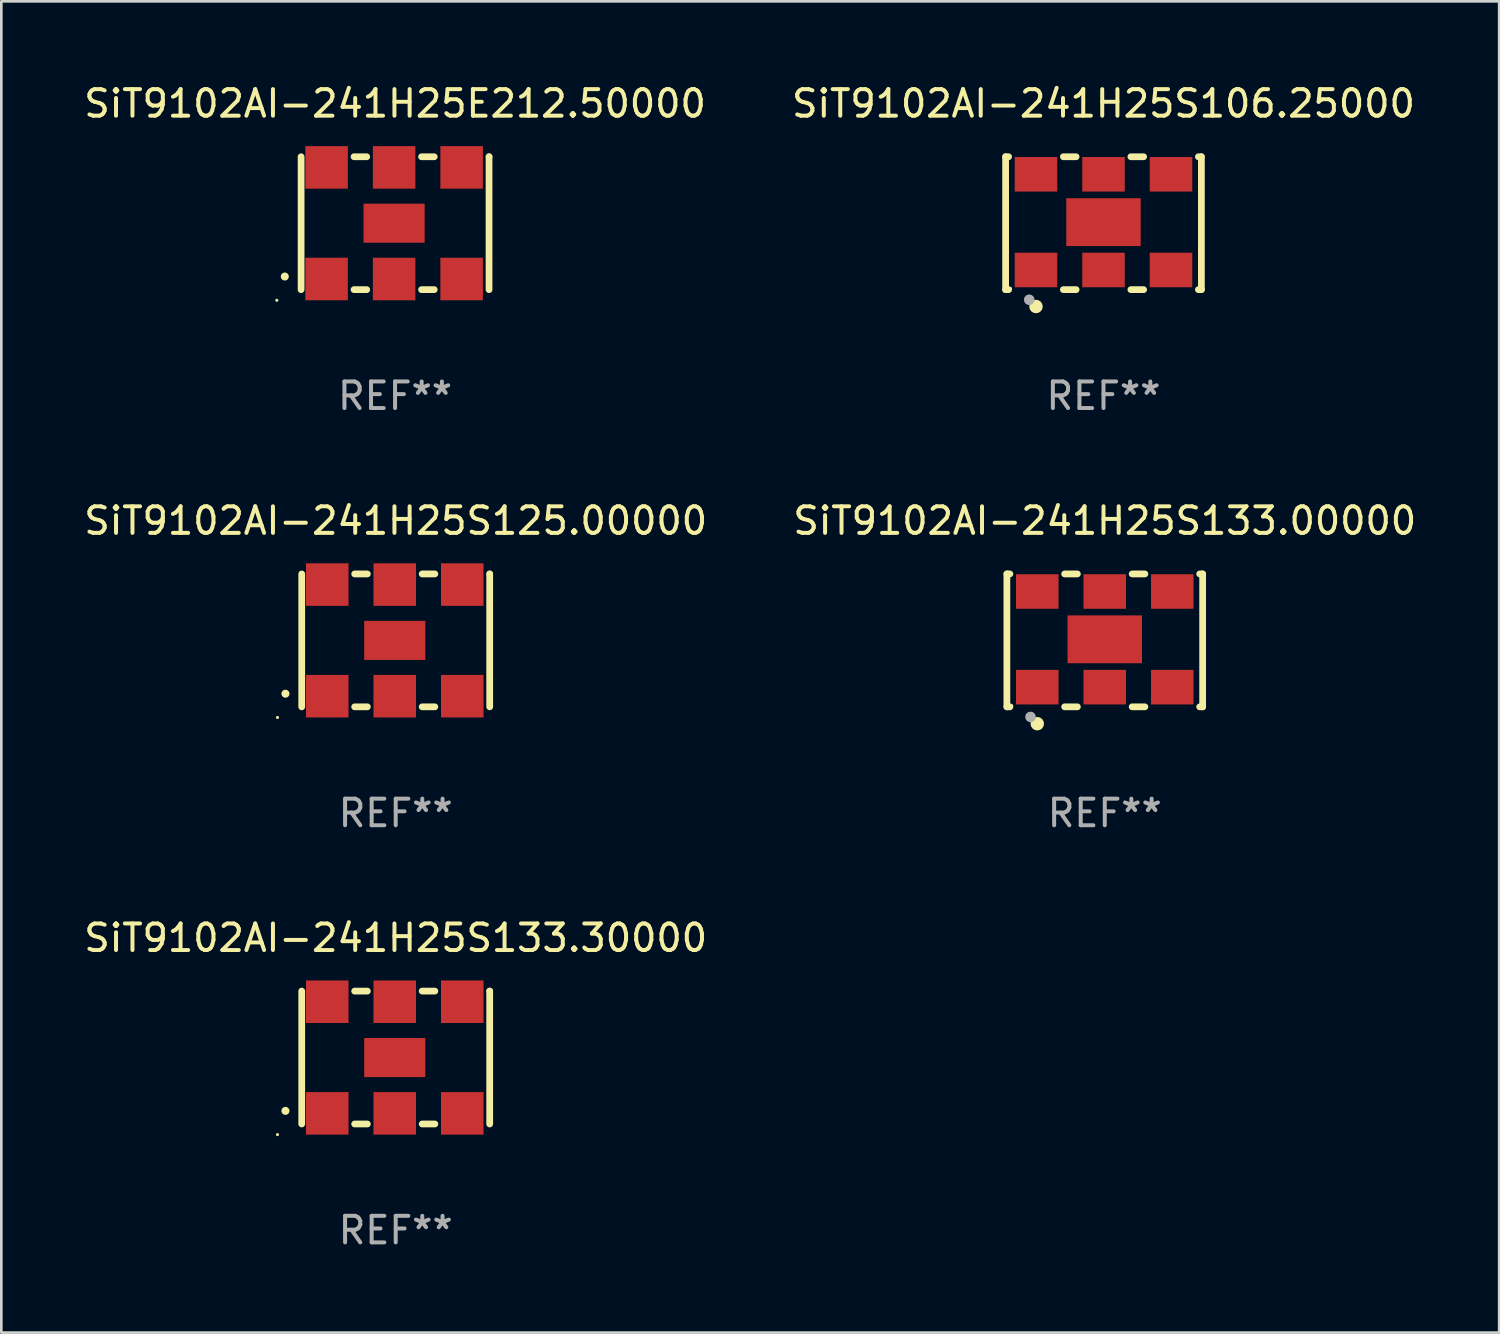
<source format=kicad_pcb>
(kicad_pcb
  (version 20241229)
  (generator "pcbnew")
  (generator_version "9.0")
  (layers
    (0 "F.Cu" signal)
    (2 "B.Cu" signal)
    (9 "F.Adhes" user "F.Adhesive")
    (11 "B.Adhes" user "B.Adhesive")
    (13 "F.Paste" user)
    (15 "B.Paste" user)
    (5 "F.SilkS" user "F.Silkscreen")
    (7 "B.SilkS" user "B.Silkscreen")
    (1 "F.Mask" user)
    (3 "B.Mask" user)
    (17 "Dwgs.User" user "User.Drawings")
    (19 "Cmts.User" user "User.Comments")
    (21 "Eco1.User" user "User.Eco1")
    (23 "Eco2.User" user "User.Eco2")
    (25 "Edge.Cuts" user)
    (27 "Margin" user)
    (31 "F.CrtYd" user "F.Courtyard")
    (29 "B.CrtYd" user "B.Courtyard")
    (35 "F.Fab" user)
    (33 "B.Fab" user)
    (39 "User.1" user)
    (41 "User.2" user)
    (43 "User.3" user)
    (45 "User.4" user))
  (footprint "SiT9102AI-241H25E212.50000"
    (layer "F.Cu")
    (at 11.815 5.348)
    (property "Reference" "SiT9102AI-241H25E212.50000" (at 0 -4.5 0) (layer "F.SilkS") (effects (font (size 1 1) (thickness 0.15))))
    (attr through_hole)
    (fp_line (start -3.536 -2.5) (end -3.536 2.5) (stroke (width 0.254) (type solid)) (layer "F.SilkS"))
    (fp_line (start -1.544 2.5) (end -1.067 2.5) (stroke (width 0.254) (type solid)) (layer "F.SilkS"))
    (fp_line (start -1.067 -2.5) (end -1.544 -2.5) (stroke (width 0.254) (type solid)) (layer "F.SilkS"))
    (fp_line (start 0.996 2.5) (end 1.473 2.5) (stroke (width 0.254) (type solid)) (layer "F.SilkS"))
    (fp_line (start 1.473 -2.5) (end 0.996 -2.5) (stroke (width 0.254) (type solid)) (layer "F.SilkS"))
    (fp_line (start 3.536 -2.5) (end 3.536 -2.5) (stroke (width 0.254) (type solid)) (layer "F.SilkS"))
    (fp_line (start 3.536 2.5) (end 3.536 -2.5) (stroke (width 0.254) (type solid)) (layer "F.SilkS"))
    (fp_arc (start -4.150432 2.006604) (mid -4.149162 2.006599) (end -4.147892 2.006604) (stroke (width 0.3) (type solid)) (layer "F.SilkS"))
    (fp_circle (center -4.449 2.9) (end -4.419 2.9) (stroke (width 0.06) (type solid)) (fill no) (layer "F.SilkS"))
    (fp_text user "REF**" (at 0 6.5 0) (layer "F.Fab") (effects (font (size 1 1) (thickness 0.15))))
    (pad "1" smd rect (at -2.576 2.1) (size 1.6 1.6) (layers "F.Cu" "F.Mask" "F.Paste"))
    (pad "2" smd rect (at -0.036 2.1) (size 1.6 1.6) (layers "F.Cu" "F.Mask" "F.Paste"))
    (pad "3" smd rect (at 2.504 2.1) (size 1.6 1.6) (layers "F.Cu" "F.Mask" "F.Paste"))
    (pad "4" smd rect (at 2.504 -2.1) (size 1.6 1.6) (layers "F.Cu" "F.Mask" "F.Paste"))
    (pad "5" smd rect (at -0.036 -2.1) (size 1.6 1.6) (layers "F.Cu" "F.Mask" "F.Paste"))
    (pad "6" smd rect (at -2.576 -2.1) (size 1.6 1.6) (layers "F.Cu" "F.Mask" "F.Paste"))
    (pad "7" smd rect (at -0.036 0) (size 2.3 1.47) (layers "F.Cu" "F.Mask" "F.Paste")))
  (footprint "SiT9102AI-241H25S133.30000"
    (layer "F.Cu")
    (at 11.839 36.741)
    (property "Reference" "SiT9102AI-241H25S133.30000" (at 0 -4.5 0) (layer "F.SilkS") (effects (font (size 1 1) (thickness 0.15))))
    (attr through_hole)
    (fp_line (start -3.536 -2.5) (end -3.536 2.5) (stroke (width 0.254) (type solid)) (layer "F.SilkS"))
    (fp_line (start -1.544 2.5) (end -1.067 2.5) (stroke (width 0.254) (type solid)) (layer "F.SilkS"))
    (fp_line (start -1.067 -2.5) (end -1.544 -2.5) (stroke (width 0.254) (type solid)) (layer "F.SilkS"))
    (fp_line (start 0.996 2.5) (end 1.473 2.5) (stroke (width 0.254) (type solid)) (layer "F.SilkS"))
    (fp_line (start 1.473 -2.5) (end 0.996 -2.5) (stroke (width 0.254) (type solid)) (layer "F.SilkS"))
    (fp_line (start 3.536 -2.5) (end 3.536 -2.5) (stroke (width 0.254) (type solid)) (layer "F.SilkS"))
    (fp_line (start 3.536 2.5) (end 3.536 -2.5) (stroke (width 0.254) (type solid)) (layer "F.SilkS"))
    (fp_arc (start -4.150432 2.006604) (mid -4.149162 2.006599) (end -4.147892 2.006604) (stroke (width 0.3) (type solid)) (layer "F.SilkS"))
    (fp_circle (center -4.449 2.9) (end -4.419 2.9) (stroke (width 0.06) (type solid)) (fill no) (layer "F.SilkS"))
    (fp_text user "REF**" (at 0 6.5 0) (layer "F.Fab") (effects (font (size 1 1) (thickness 0.15))))
    (pad "1" smd rect (at -2.576 2.1) (size 1.6 1.6) (layers "F.Cu" "F.Mask" "F.Paste"))
    (pad "2" smd rect (at -0.036 2.1) (size 1.6 1.6) (layers "F.Cu" "F.Mask" "F.Paste"))
    (pad "3" smd rect (at 2.504 2.1) (size 1.6 1.6) (layers "F.Cu" "F.Mask" "F.Paste"))
    (pad "4" smd rect (at 2.504 -2.1) (size 1.6 1.6) (layers "F.Cu" "F.Mask" "F.Paste"))
    (pad "5" smd rect (at -0.036 -2.1) (size 1.6 1.6) (layers "F.Cu" "F.Mask" "F.Paste"))
    (pad "6" smd rect (at -2.576 -2.1) (size 1.6 1.6) (layers "F.Cu" "F.Mask" "F.Paste"))
    (pad "7" smd rect (at -0.036 0) (size 2.3 1.47) (layers "F.Cu" "F.Mask" "F.Paste")))
  (footprint "SiT9102AI-241H25S125.00000"
    (layer "F.Cu")
    (at 11.839 21.045)
    (property "Reference" "SiT9102AI-241H25S125.00000" (at 0 -4.5 0) (layer "F.SilkS") (effects (font (size 1 1) (thickness 0.15))))
    (attr through_hole)
    (fp_line (start -3.536 -2.5) (end -3.536 2.5) (stroke (width 0.254) (type solid)) (layer "F.SilkS"))
    (fp_line (start -1.544 2.5) (end -1.067 2.5) (stroke (width 0.254) (type solid)) (layer "F.SilkS"))
    (fp_line (start -1.067 -2.5) (end -1.544 -2.5) (stroke (width 0.254) (type solid)) (layer "F.SilkS"))
    (fp_line (start 0.996 2.5) (end 1.473 2.5) (stroke (width 0.254) (type solid)) (layer "F.SilkS"))
    (fp_line (start 1.473 -2.5) (end 0.996 -2.5) (stroke (width 0.254) (type solid)) (layer "F.SilkS"))
    (fp_line (start 3.536 -2.5) (end 3.536 -2.5) (stroke (width 0.254) (type solid)) (layer "F.SilkS"))
    (fp_line (start 3.536 2.5) (end 3.536 -2.5) (stroke (width 0.254) (type solid)) (layer "F.SilkS"))
    (fp_arc (start -4.150432 2.006604) (mid -4.149162 2.006599) (end -4.147892 2.006604) (stroke (width 0.3) (type solid)) (layer "F.SilkS"))
    (fp_circle (center -4.449 2.9) (end -4.419 2.9) (stroke (width 0.06) (type solid)) (fill no) (layer "F.SilkS"))
    (fp_text user "REF**" (at 0 6.5 0) (layer "F.Fab") (effects (font (size 1 1) (thickness 0.15))))
    (pad "1" smd rect (at -2.576 2.1) (size 1.6 1.6) (layers "F.Cu" "F.Mask" "F.Paste"))
    (pad "2" smd rect (at -0.036 2.1) (size 1.6 1.6) (layers "F.Cu" "F.Mask" "F.Paste"))
    (pad "3" smd rect (at 2.504 2.1) (size 1.6 1.6) (layers "F.Cu" "F.Mask" "F.Paste"))
    (pad "4" smd rect (at 2.504 -2.1) (size 1.6 1.6) (layers "F.Cu" "F.Mask" "F.Paste"))
    (pad "5" smd rect (at -0.036 -2.1) (size 1.6 1.6) (layers "F.Cu" "F.Mask" "F.Paste"))
    (pad "6" smd rect (at -2.576 -2.1) (size 1.6 1.6) (layers "F.Cu" "F.Mask" "F.Paste"))
    (pad "7" smd rect (at -0.036 0) (size 2.3 1.47) (layers "F.Cu" "F.Mask" "F.Paste")))
  (footprint "SiT9102AI-241H25S133.00000"
    (layer "F.Cu")
    (at 38.518 21.045)
    (property "Reference" "SiT9102AI-241H25S133.00000" (at 0 -4.5 0) (layer "F.SilkS") (effects (font (size 1 1) (thickness 0.15))))
    (attr through_hole)
    (fp_line (start -3.683 -2.5) (end -3.571 -2.5) (stroke (width 0.254) (type solid)) (layer "F.SilkS"))
    (fp_line (start -3.683 2.5) (end -3.683 -2.5) (stroke (width 0.254) (type solid)) (layer "F.SilkS"))
    (fp_line (start -3.683 2.5) (end -3.571 2.5) (stroke (width 0.254) (type solid)) (layer "F.SilkS"))
    (fp_line (start -1.509 -2.5) (end -1.031 -2.5) (stroke (width 0.254) (type solid)) (layer "F.SilkS"))
    (fp_line (start -1.509 2.5) (end -1.031 2.5) (stroke (width 0.254) (type solid)) (layer "F.SilkS"))
    (fp_line (start 1.031 -2.5) (end 1.509 -2.5) (stroke (width 0.254) (type solid)) (layer "F.SilkS"))
    (fp_line (start 1.031 2.5) (end 1.509 2.5) (stroke (width 0.254) (type solid)) (layer "F.SilkS"))
    (fp_line (start 3.571 -2.5) (end 3.683 -2.5) (stroke (width 0.254) (type solid)) (layer "F.SilkS"))
    (fp_line (start 3.571 2.5) (end 3.683 2.5) (stroke (width 0.254) (type solid)) (layer "F.SilkS"))
    (fp_line (start 3.683 2.5) (end 3.683 -2.5) (stroke (width 0.254) (type solid)) (layer "F.SilkS"))
    (fp_circle (center -3.5 2.46) (end -3.47 2.46) (stroke (width 0.06) (type solid)) (fill no) (layer "F.SilkS"))
    (fp_circle (center -2.54 3.135) (end -2.413 3.135) (stroke (width 0.254) (type solid)) (fill no) (layer "F.SilkS"))
    (fp_circle (center -2.794 2.881) (end -2.694 2.881) (stroke (width 0.2) (type solid)) (fill no) (layer "F.Fab"))
    (fp_text user "REF**" (at 0 6.5 0) (layer "F.Fab") (effects (font (size 1 1) (thickness 0.15))))
    (pad "1" smd rect (at -2.54 1.76) (size 1.6 1.3) (layers "F.Cu" "F.Mask" "F.Paste"))
    (pad "2" smd rect (at 0 1.76) (size 1.6 1.3) (layers "F.Cu" "F.Mask" "F.Paste"))
    (pad "3" smd rect (at 2.54 1.76) (size 1.6 1.3) (layers "F.Cu" "F.Mask" "F.Paste"))
    (pad "4" smd rect (at 2.54 -1.84) (size 1.6 1.3) (layers "F.Cu" "F.Mask" "F.Paste"))
    (pad "5" smd rect (at 0 -1.84) (size 1.6 1.3) (layers "F.Cu" "F.Mask" "F.Paste"))
    (pad "6" smd rect (at -2.54 -1.84) (size 1.6 1.3) (layers "F.Cu" "F.Mask" "F.Paste"))
    (pad "7" smd rect (at 0 -0.04) (size 2.8 1.8) (layers "F.Cu" "F.Mask" "F.Paste")))
  (footprint "SiT9102AI-241H25S106.25000"
    (layer "F.Cu")
    (at 38.47 5.348)
    (property "Reference" "SiT9102AI-241H25S106.25000" (at 0 -4.5 0) (layer "F.SilkS") (effects (font (size 1 1) (thickness 0.15))))
    (attr through_hole)
    (fp_line (start -3.683 -2.5) (end -3.571 -2.5) (stroke (width 0.254) (type solid)) (layer "F.SilkS"))
    (fp_line (start -3.683 2.5) (end -3.683 -2.5) (stroke (width 0.254) (type solid)) (layer "F.SilkS"))
    (fp_line (start -3.683 2.5) (end -3.571 2.5) (stroke (width 0.254) (type solid)) (layer "F.SilkS"))
    (fp_line (start -1.509 -2.5) (end -1.031 -2.5) (stroke (width 0.254) (type solid)) (layer "F.SilkS"))
    (fp_line (start -1.509 2.5) (end -1.031 2.5) (stroke (width 0.254) (type solid)) (layer "F.SilkS"))
    (fp_line (start 1.031 -2.5) (end 1.509 -2.5) (stroke (width 0.254) (type solid)) (layer "F.SilkS"))
    (fp_line (start 1.031 2.5) (end 1.509 2.5) (stroke (width 0.254) (type solid)) (layer "F.SilkS"))
    (fp_line (start 3.571 -2.5) (end 3.683 -2.5) (stroke (width 0.254) (type solid)) (layer "F.SilkS"))
    (fp_line (start 3.571 2.5) (end 3.683 2.5) (stroke (width 0.254) (type solid)) (layer "F.SilkS"))
    (fp_line (start 3.683 2.5) (end 3.683 -2.5) (stroke (width 0.254) (type solid)) (layer "F.SilkS"))
    (fp_circle (center -3.5 2.46) (end -3.47 2.46) (stroke (width 0.06) (type solid)) (fill no) (layer "F.SilkS"))
    (fp_circle (center -2.54 3.135) (end -2.413 3.135) (stroke (width 0.254) (type solid)) (fill no) (layer "F.SilkS"))
    (fp_circle (center -2.794 2.881) (end -2.694 2.881) (stroke (width 0.2) (type solid)) (fill no) (layer "F.Fab"))
    (fp_text user "REF**" (at 0 6.5 0) (layer "F.Fab") (effects (font (size 1 1) (thickness 0.15))))
    (pad "1" smd rect (at -2.54 1.76) (size 1.6 1.3) (layers "F.Cu" "F.Mask" "F.Paste"))
    (pad "2" smd rect (at 0 1.76) (size 1.6 1.3) (layers "F.Cu" "F.Mask" "F.Paste"))
    (pad "3" smd rect (at 2.54 1.76) (size 1.6 1.3) (layers "F.Cu" "F.Mask" "F.Paste"))
    (pad "4" smd rect (at 2.54 -1.84) (size 1.6 1.3) (layers "F.Cu" "F.Mask" "F.Paste"))
    (pad "5" smd rect (at 0 -1.84) (size 1.6 1.3) (layers "F.Cu" "F.Mask" "F.Paste"))
    (pad "6" smd rect (at -2.54 -1.84) (size 1.6 1.3) (layers "F.Cu" "F.Mask" "F.Paste"))
    (pad "7" smd rect (at 0 -0.04) (size 2.8 1.8) (layers "F.Cu" "F.Mask" "F.Paste")))
  (gr_rect
    (start -3 -3)
    (end 53.357 47.09)
    (stroke (width 0.1) (type default))
    (fill no)
    (layer "Edge.Cuts")))
</source>
